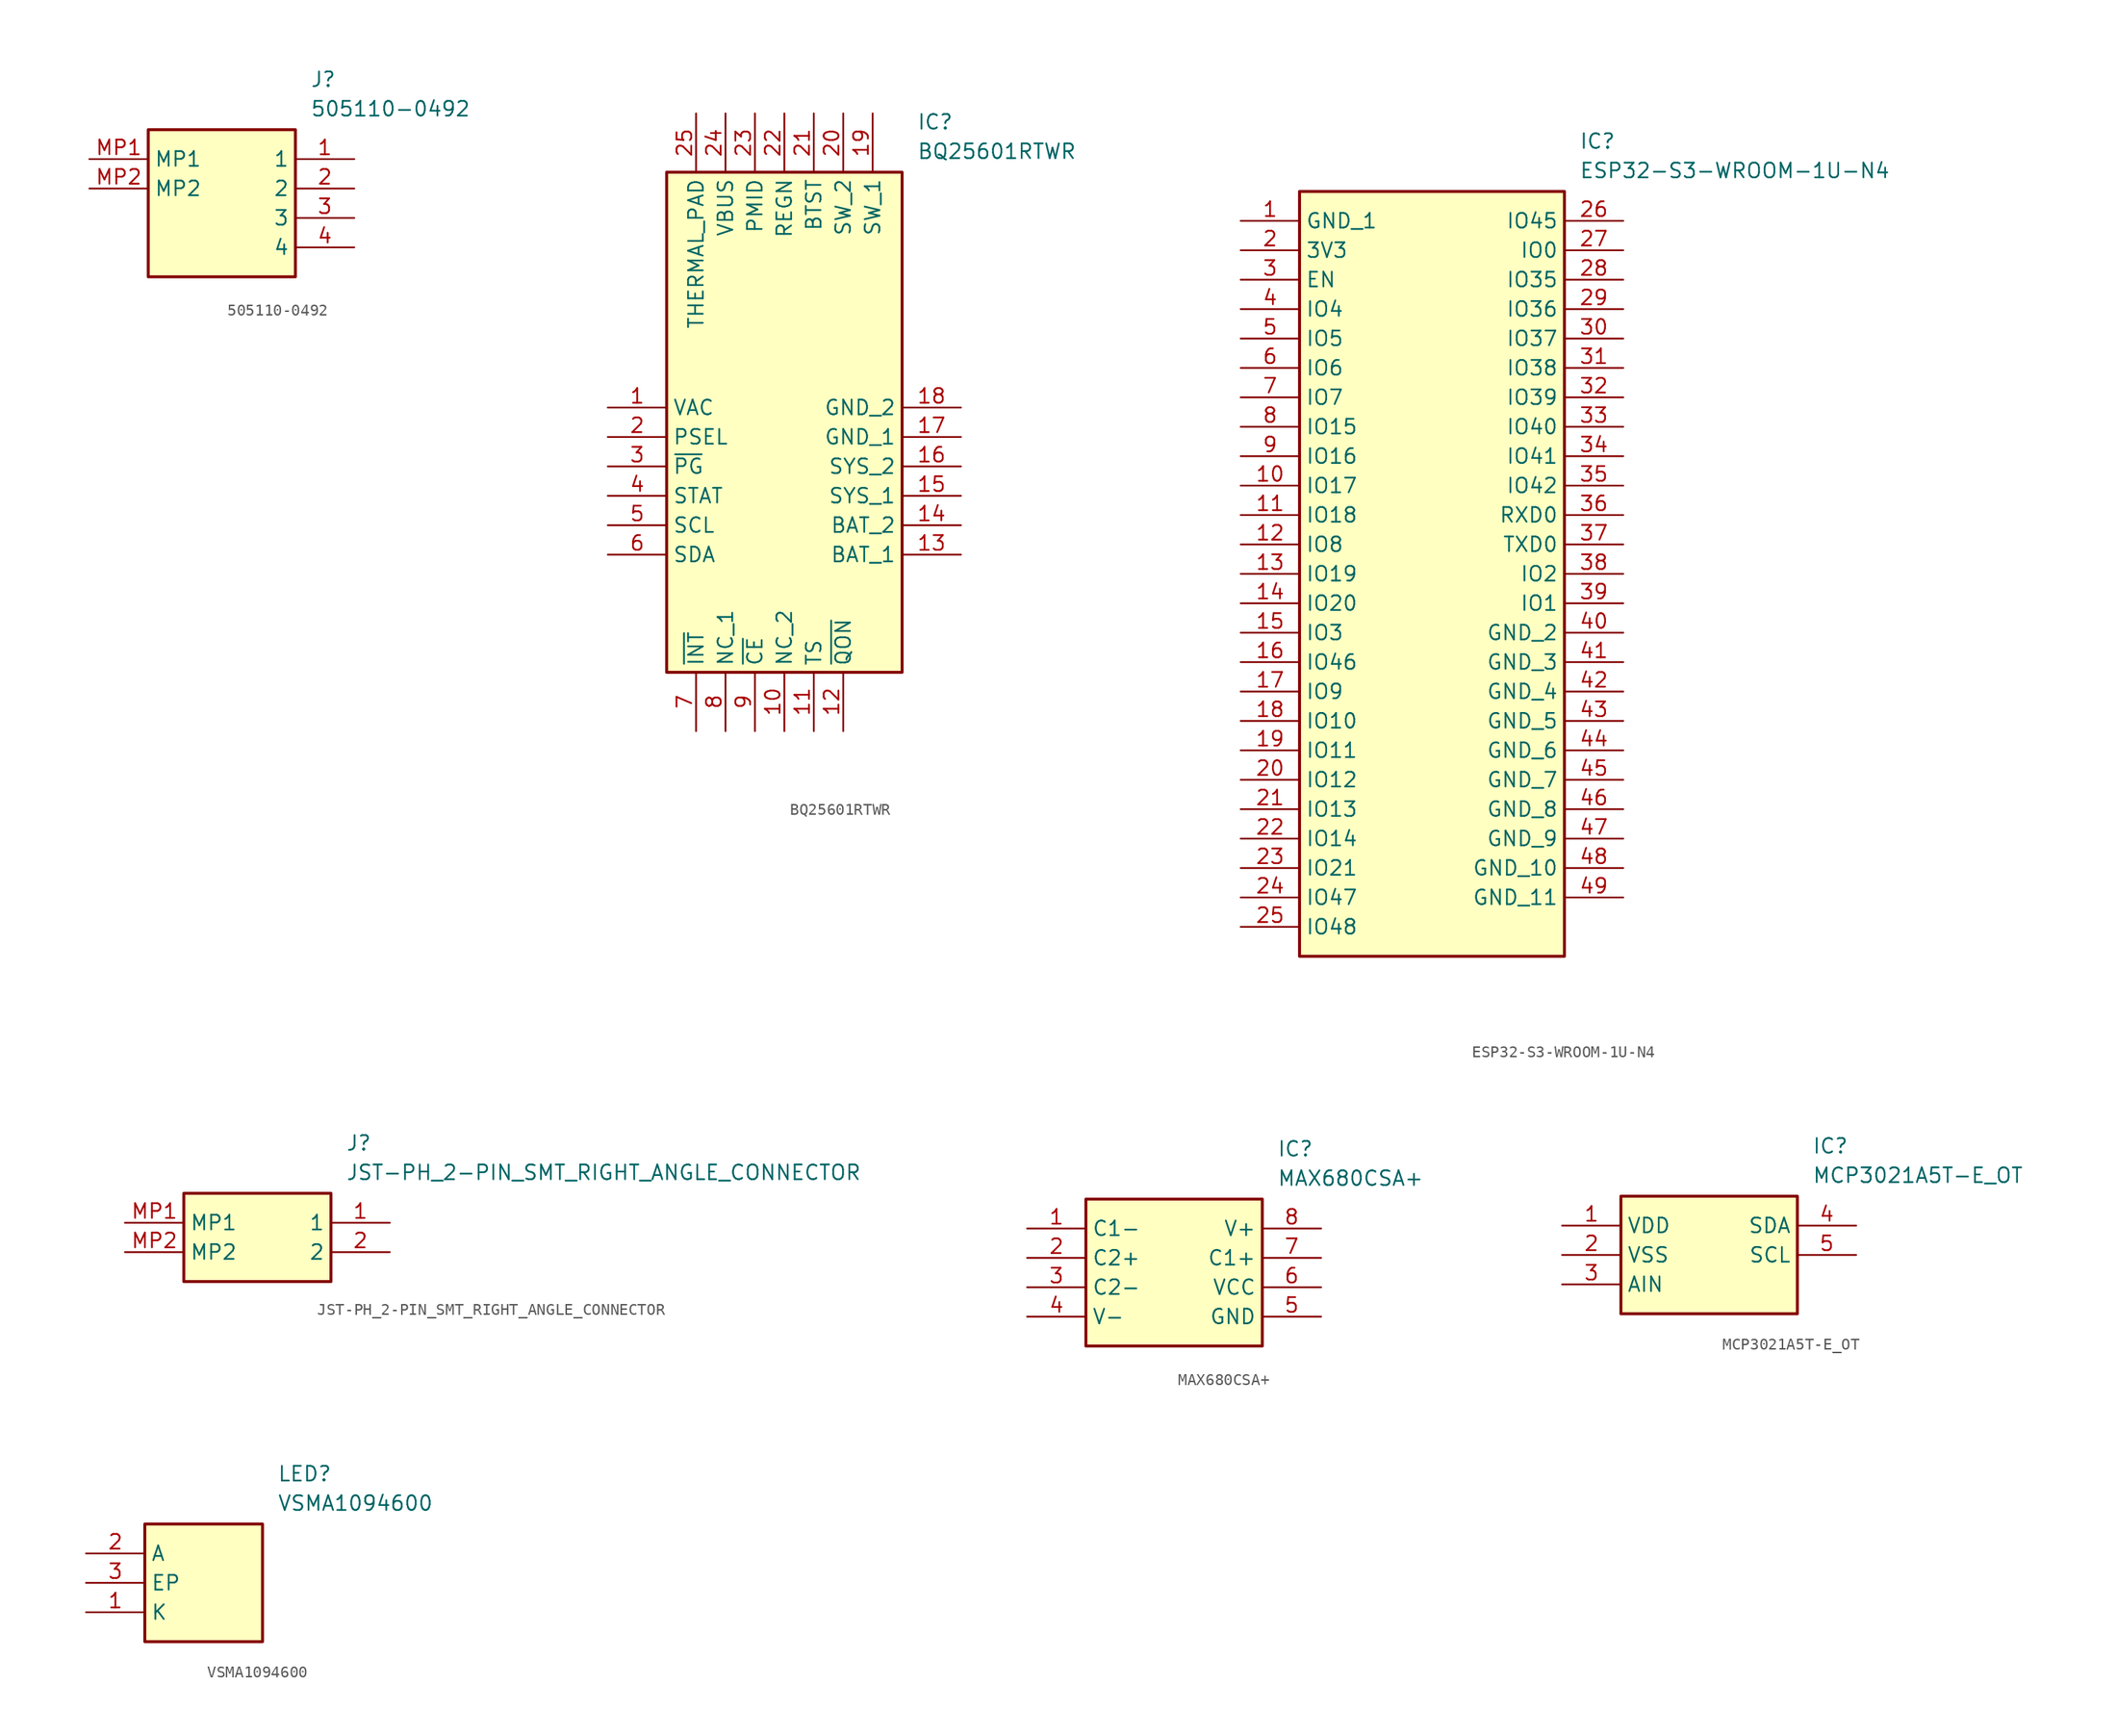
<source format=kicad_sym>
(kicad_symbol_lib
  (version 20220914)
  (generator SamacSys_ECAD_Model)
  (symbol "505110-0492"
    (property "Reference" "J"
      (at 19.05 7.62 0)
      (effects (font (size 1.27 1.27)) (justify left top)))
    (property "Value" "505110-0492"
      (at 19.05 5.08 0)
      (effects (font (size 1.27 1.27)) (justify left top)))
    (rectangle
      (start 5.08 2.54)
      (end 17.78 -10.16)
      (stroke (width 0.254) (type default))
      (fill (type background)))
    (pin passive line
      (at 22.86 0 180)
      (length 5.08)
      (name "1" (effects (font (size 1.27 1.27))))
      (number "1" (effects (font (size 1.27 1.27)))))
    (pin passive line
      (at 22.86 -2.54 180)
      (length 5.08)
      (name "2" (effects (font (size 1.27 1.27))))
      (number "2" (effects (font (size 1.27 1.27)))))
    (pin passive line
      (at 22.86 -5.08 180)
      (length 5.08)
      (name "3" (effects (font (size 1.27 1.27))))
      (number "3" (effects (font (size 1.27 1.27)))))
    (pin passive line
      (at 22.86 -7.62 180)
      (length 5.08)
      (name "4" (effects (font (size 1.27 1.27))))
      (number "4" (effects (font (size 1.27 1.27)))))
    (pin passive line
      (at 0 0 0)
      (length 5.08)
      (name "MP1" (effects (font (size 1.27 1.27))))
      (number "MP1" (effects (font (size 1.27 1.27)))))
    (pin passive line
      (at 0 -2.54 0)
      (length 5.08)
      (name "MP2" (effects (font (size 1.27 1.27))))
      (number "MP2" (effects (font (size 1.27 1.27))))))
  (symbol "BQ25601RTWR"
    (property "Reference" "IC"
      (at 26.67 25.4 0)
      (effects (font (size 1.27 1.27)) (justify left top)))
    (property "Value" "BQ25601RTWR"
      (at 26.67 22.86 0)
      (effects (font (size 1.27 1.27)) (justify left top)))
    (rectangle
      (start 5.08 20.32)
      (end 25.4 -22.86)
      (stroke (width 0.254) (type default))
      (fill (type background)))
    (pin passive line
      (at 0 0 0)
      (length 5.08)
      (name "VAC" (effects (font (size 1.27 1.27))))
      (number "1" (effects (font (size 1.27 1.27)))))
    (pin passive line
      (at 0 -2.54 0)
      (length 5.08)
      (name "PSEL" (effects (font (size 1.27 1.27))))
      (number "2" (effects (font (size 1.27 1.27)))))
    (pin passive line
      (at 0 -5.08 0)
      (length 5.08)
      (name "~{PG}" (effects (font (size 1.27 1.27))))
      (number "3" (effects (font (size 1.27 1.27)))))
    (pin passive line
      (at 0 -7.62 0)
      (length 5.08)
      (name "STAT" (effects (font (size 1.27 1.27))))
      (number "4" (effects (font (size 1.27 1.27)))))
    (pin passive line
      (at 0 -10.16 0)
      (length 5.08)
      (name "SCL" (effects (font (size 1.27 1.27))))
      (number "5" (effects (font (size 1.27 1.27)))))
    (pin passive line
      (at 0 -12.7 0)
      (length 5.08)
      (name "SDA" (effects (font (size 1.27 1.27))))
      (number "6" (effects (font (size 1.27 1.27)))))
    (pin passive line
      (at 7.62 -27.94 90)
      (length 5.08)
      (name "~{INT}" (effects (font (size 1.27 1.27))))
      (number "7" (effects (font (size 1.27 1.27)))))
    (pin passive line
      (at 10.16 -27.94 90)
      (length 5.08)
      (name "NC_1" (effects (font (size 1.27 1.27))))
      (number "8" (effects (font (size 1.27 1.27)))))
    (pin passive line
      (at 12.7 -27.94 90)
      (length 5.08)
      (name "~{CE}" (effects (font (size 1.27 1.27))))
      (number "9" (effects (font (size 1.27 1.27)))))
    (pin passive line
      (at 15.24 -27.94 90)
      (length 5.08)
      (name "NC_2" (effects (font (size 1.27 1.27))))
      (number "10" (effects (font (size 1.27 1.27)))))
    (pin passive line
      (at 17.78 -27.94 90)
      (length 5.08)
      (name "TS" (effects (font (size 1.27 1.27))))
      (number "11" (effects (font (size 1.27 1.27)))))
    (pin passive line
      (at 20.32 -27.94 90)
      (length 5.08)
      (name "~{QON}" (effects (font (size 1.27 1.27))))
      (number "12" (effects (font (size 1.27 1.27)))))
    (pin passive line
      (at 30.48 0 180)
      (length 5.08)
      (name "GND_2" (effects (font (size 1.27 1.27))))
      (number "18" (effects (font (size 1.27 1.27)))))
    (pin passive line
      (at 30.48 -2.54 180)
      (length 5.08)
      (name "GND_1" (effects (font (size 1.27 1.27))))
      (number "17" (effects (font (size 1.27 1.27)))))
    (pin passive line
      (at 30.48 -5.08 180)
      (length 5.08)
      (name "SYS_2" (effects (font (size 1.27 1.27))))
      (number "16" (effects (font (size 1.27 1.27)))))
    (pin passive line
      (at 30.48 -7.62 180)
      (length 5.08)
      (name "SYS_1" (effects (font (size 1.27 1.27))))
      (number "15" (effects (font (size 1.27 1.27)))))
    (pin passive line
      (at 30.48 -10.16 180)
      (length 5.08)
      (name "BAT_2" (effects (font (size 1.27 1.27))))
      (number "14" (effects (font (size 1.27 1.27)))))
    (pin passive line
      (at 30.48 -12.7 180)
      (length 5.08)
      (name "BAT_1" (effects (font (size 1.27 1.27))))
      (number "13" (effects (font (size 1.27 1.27)))))
    (pin passive line
      (at 7.62 25.4 270)
      (length 5.08)
      (name "THERMAL_PAD" (effects (font (size 1.27 1.27))))
      (number "25" (effects (font (size 1.27 1.27)))))
    (pin passive line
      (at 10.16 25.4 270)
      (length 5.08)
      (name "VBUS" (effects (font (size 1.27 1.27))))
      (number "24" (effects (font (size 1.27 1.27)))))
    (pin passive line
      (at 12.7 25.4 270)
      (length 5.08)
      (name "PMID" (effects (font (size 1.27 1.27))))
      (number "23" (effects (font (size 1.27 1.27)))))
    (pin passive line
      (at 15.24 25.4 270)
      (length 5.08)
      (name "REGN" (effects (font (size 1.27 1.27))))
      (number "22" (effects (font (size 1.27 1.27)))))
    (pin passive line
      (at 17.78 25.4 270)
      (length 5.08)
      (name "BTST" (effects (font (size 1.27 1.27))))
      (number "21" (effects (font (size 1.27 1.27)))))
    (pin passive line
      (at 20.32 25.4 270)
      (length 5.08)
      (name "SW_2" (effects (font (size 1.27 1.27))))
      (number "20" (effects (font (size 1.27 1.27)))))
    (pin passive line
      (at 22.86 25.4 270)
      (length 5.08)
      (name "SW_1" (effects (font (size 1.27 1.27))))
      (number "19" (effects (font (size 1.27 1.27))))))
  (symbol "ESP32-S3-WROOM-1U-N4"
    (property "Reference" "IC"
      (at 29.21 7.62 0)
      (effects (font (size 1.27 1.27)) (justify left top)))
    (property "Value" "ESP32-S3-WROOM-1U-N4"
      (at 29.21 5.08 0)
      (effects (font (size 1.27 1.27)) (justify left top)))
    (rectangle
      (start 5.08 2.54)
      (end 27.94 -63.5)
      (stroke (width 0.254) (type default))
      (fill (type background)))
    (pin passive line
      (at 0 0 0)
      (length 5.08)
      (name "GND_1" (effects (font (size 1.27 1.27))))
      (number "1" (effects (font (size 1.27 1.27)))))
    (pin passive line
      (at 0 -2.54 0)
      (length 5.08)
      (name "3V3" (effects (font (size 1.27 1.27))))
      (number "2" (effects (font (size 1.27 1.27)))))
    (pin passive line
      (at 0 -5.08 0)
      (length 5.08)
      (name "EN" (effects (font (size 1.27 1.27))))
      (number "3" (effects (font (size 1.27 1.27)))))
    (pin passive line
      (at 0 -7.62 0)
      (length 5.08)
      (name "IO4" (effects (font (size 1.27 1.27))))
      (number "4" (effects (font (size 1.27 1.27)))))
    (pin passive line
      (at 0 -10.16 0)
      (length 5.08)
      (name "IO5" (effects (font (size 1.27 1.27))))
      (number "5" (effects (font (size 1.27 1.27)))))
    (pin passive line
      (at 0 -12.7 0)
      (length 5.08)
      (name "IO6" (effects (font (size 1.27 1.27))))
      (number "6" (effects (font (size 1.27 1.27)))))
    (pin passive line
      (at 0 -15.24 0)
      (length 5.08)
      (name "IO7" (effects (font (size 1.27 1.27))))
      (number "7" (effects (font (size 1.27 1.27)))))
    (pin passive line
      (at 0 -17.78 0)
      (length 5.08)
      (name "IO15" (effects (font (size 1.27 1.27))))
      (number "8" (effects (font (size 1.27 1.27)))))
    (pin passive line
      (at 0 -20.32 0)
      (length 5.08)
      (name "IO16" (effects (font (size 1.27 1.27))))
      (number "9" (effects (font (size 1.27 1.27)))))
    (pin passive line
      (at 0 -22.86 0)
      (length 5.08)
      (name "IO17" (effects (font (size 1.27 1.27))))
      (number "10" (effects (font (size 1.27 1.27)))))
    (pin passive line
      (at 0 -25.4 0)
      (length 5.08)
      (name "IO18" (effects (font (size 1.27 1.27))))
      (number "11" (effects (font (size 1.27 1.27)))))
    (pin passive line
      (at 0 -27.94 0)
      (length 5.08)
      (name "IO8" (effects (font (size 1.27 1.27))))
      (number "12" (effects (font (size 1.27 1.27)))))
    (pin passive line
      (at 0 -30.48 0)
      (length 5.08)
      (name "IO19" (effects (font (size 1.27 1.27))))
      (number "13" (effects (font (size 1.27 1.27)))))
    (pin passive line
      (at 0 -33.02 0)
      (length 5.08)
      (name "IO20" (effects (font (size 1.27 1.27))))
      (number "14" (effects (font (size 1.27 1.27)))))
    (pin passive line
      (at 0 -35.56 0)
      (length 5.08)
      (name "IO3" (effects (font (size 1.27 1.27))))
      (number "15" (effects (font (size 1.27 1.27)))))
    (pin passive line
      (at 0 -38.1 0)
      (length 5.08)
      (name "IO46" (effects (font (size 1.27 1.27))))
      (number "16" (effects (font (size 1.27 1.27)))))
    (pin passive line
      (at 0 -40.64 0)
      (length 5.08)
      (name "IO9" (effects (font (size 1.27 1.27))))
      (number "17" (effects (font (size 1.27 1.27)))))
    (pin passive line
      (at 0 -43.18 0)
      (length 5.08)
      (name "IO10" (effects (font (size 1.27 1.27))))
      (number "18" (effects (font (size 1.27 1.27)))))
    (pin passive line
      (at 0 -45.72 0)
      (length 5.08)
      (name "IO11" (effects (font (size 1.27 1.27))))
      (number "19" (effects (font (size 1.27 1.27)))))
    (pin passive line
      (at 0 -48.26 0)
      (length 5.08)
      (name "IO12" (effects (font (size 1.27 1.27))))
      (number "20" (effects (font (size 1.27 1.27)))))
    (pin passive line
      (at 0 -50.8 0)
      (length 5.08)
      (name "IO13" (effects (font (size 1.27 1.27))))
      (number "21" (effects (font (size 1.27 1.27)))))
    (pin passive line
      (at 0 -53.34 0)
      (length 5.08)
      (name "IO14" (effects (font (size 1.27 1.27))))
      (number "22" (effects (font (size 1.27 1.27)))))
    (pin passive line
      (at 0 -55.88 0)
      (length 5.08)
      (name "IO21" (effects (font (size 1.27 1.27))))
      (number "23" (effects (font (size 1.27 1.27)))))
    (pin passive line
      (at 0 -58.42 0)
      (length 5.08)
      (name "IO47" (effects (font (size 1.27 1.27))))
      (number "24" (effects (font (size 1.27 1.27)))))
    (pin passive line
      (at 0 -60.96 0)
      (length 5.08)
      (name "IO48" (effects (font (size 1.27 1.27))))
      (number "25" (effects (font (size 1.27 1.27)))))
    (pin passive line
      (at 33.02 0 180)
      (length 5.08)
      (name "IO45" (effects (font (size 1.27 1.27))))
      (number "26" (effects (font (size 1.27 1.27)))))
    (pin passive line
      (at 33.02 -2.54 180)
      (length 5.08)
      (name "IO0" (effects (font (size 1.27 1.27))))
      (number "27" (effects (font (size 1.27 1.27)))))
    (pin passive line
      (at 33.02 -5.08 180)
      (length 5.08)
      (name "IO35" (effects (font (size 1.27 1.27))))
      (number "28" (effects (font (size 1.27 1.27)))))
    (pin passive line
      (at 33.02 -7.62 180)
      (length 5.08)
      (name "IO36" (effects (font (size 1.27 1.27))))
      (number "29" (effects (font (size 1.27 1.27)))))
    (pin passive line
      (at 33.02 -10.16 180)
      (length 5.08)
      (name "IO37" (effects (font (size 1.27 1.27))))
      (number "30" (effects (font (size 1.27 1.27)))))
    (pin passive line
      (at 33.02 -12.7 180)
      (length 5.08)
      (name "IO38" (effects (font (size 1.27 1.27))))
      (number "31" (effects (font (size 1.27 1.27)))))
    (pin passive line
      (at 33.02 -15.24 180)
      (length 5.08)
      (name "IO39" (effects (font (size 1.27 1.27))))
      (number "32" (effects (font (size 1.27 1.27)))))
    (pin passive line
      (at 33.02 -17.78 180)
      (length 5.08)
      (name "IO40" (effects (font (size 1.27 1.27))))
      (number "33" (effects (font (size 1.27 1.27)))))
    (pin passive line
      (at 33.02 -20.32 180)
      (length 5.08)
      (name "IO41" (effects (font (size 1.27 1.27))))
      (number "34" (effects (font (size 1.27 1.27)))))
    (pin passive line
      (at 33.02 -22.86 180)
      (length 5.08)
      (name "IO42" (effects (font (size 1.27 1.27))))
      (number "35" (effects (font (size 1.27 1.27)))))
    (pin passive line
      (at 33.02 -25.4 180)
      (length 5.08)
      (name "RXD0" (effects (font (size 1.27 1.27))))
      (number "36" (effects (font (size 1.27 1.27)))))
    (pin passive line
      (at 33.02 -27.94 180)
      (length 5.08)
      (name "TXD0" (effects (font (size 1.27 1.27))))
      (number "37" (effects (font (size 1.27 1.27)))))
    (pin passive line
      (at 33.02 -30.48 180)
      (length 5.08)
      (name "IO2" (effects (font (size 1.27 1.27))))
      (number "38" (effects (font (size 1.27 1.27)))))
    (pin passive line
      (at 33.02 -33.02 180)
      (length 5.08)
      (name "IO1" (effects (font (size 1.27 1.27))))
      (number "39" (effects (font (size 1.27 1.27)))))
    (pin passive line
      (at 33.02 -35.56 180)
      (length 5.08)
      (name "GND_2" (effects (font (size 1.27 1.27))))
      (number "40" (effects (font (size 1.27 1.27)))))
    (pin passive line
      (at 33.02 -38.1 180)
      (length 5.08)
      (name "GND_3" (effects (font (size 1.27 1.27))))
      (number "41" (effects (font (size 1.27 1.27)))))
    (pin passive line
      (at 33.02 -40.64 180)
      (length 5.08)
      (name "GND_4" (effects (font (size 1.27 1.27))))
      (number "42" (effects (font (size 1.27 1.27)))))
    (pin passive line
      (at 33.02 -43.18 180)
      (length 5.08)
      (name "GND_5" (effects (font (size 1.27 1.27))))
      (number "43" (effects (font (size 1.27 1.27)))))
    (pin passive line
      (at 33.02 -45.72 180)
      (length 5.08)
      (name "GND_6" (effects (font (size 1.27 1.27))))
      (number "44" (effects (font (size 1.27 1.27)))))
    (pin passive line
      (at 33.02 -48.26 180)
      (length 5.08)
      (name "GND_7" (effects (font (size 1.27 1.27))))
      (number "45" (effects (font (size 1.27 1.27)))))
    (pin passive line
      (at 33.02 -50.8 180)
      (length 5.08)
      (name "GND_8" (effects (font (size 1.27 1.27))))
      (number "46" (effects (font (size 1.27 1.27)))))
    (pin passive line
      (at 33.02 -53.34 180)
      (length 5.08)
      (name "GND_9" (effects (font (size 1.27 1.27))))
      (number "47" (effects (font (size 1.27 1.27)))))
    (pin passive line
      (at 33.02 -55.88 180)
      (length 5.08)
      (name "GND_10" (effects (font (size 1.27 1.27))))
      (number "48" (effects (font (size 1.27 1.27)))))
    (pin passive line
      (at 33.02 -58.42 180)
      (length 5.08)
      (name "GND_11" (effects (font (size 1.27 1.27))))
      (number "49" (effects (font (size 1.27 1.27))))))
  (symbol "JST-PH_2-PIN_SMT_RIGHT_ANGLE_CONNECTOR"
    (property "Reference" "J"
      (at 19.05 7.62 0)
      (effects (font (size 1.27 1.27)) (justify left top)))
    (property "Value" "JST-PH_2-PIN_SMT_RIGHT_ANGLE_CONNECTOR"
      (at 19.05 5.08 0)
      (effects (font (size 1.27 1.27)) (justify left top)))
    (rectangle
      (start 5.08 2.54)
      (end 17.78 -5.08)
      (stroke (width 0.254) (type default))
      (fill (type background)))
    (pin passive line
      (at 22.86 0 180)
      (length 5.08)
      (name "1" (effects (font (size 1.27 1.27))))
      (number "1" (effects (font (size 1.27 1.27)))))
    (pin passive line
      (at 22.86 -2.54 180)
      (length 5.08)
      (name "2" (effects (font (size 1.27 1.27))))
      (number "2" (effects (font (size 1.27 1.27)))))
    (pin passive line
      (at 0 0 0)
      (length 5.08)
      (name "MP1" (effects (font (size 1.27 1.27))))
      (number "MP1" (effects (font (size 1.27 1.27)))))
    (pin passive line
      (at 0 -2.54 0)
      (length 5.08)
      (name "MP2" (effects (font (size 1.27 1.27))))
      (number "MP2" (effects (font (size 1.27 1.27))))))
  (symbol "MAX680CSA+"
    (property "Reference" "IC"
      (at 21.59 7.62 0)
      (effects (font (size 1.27 1.27)) (justify left top)))
    (property "Value" "MAX680CSA+"
      (at 21.59 5.08 0)
      (effects (font (size 1.27 1.27)) (justify left top)))
    (rectangle
      (start 5.08 2.54)
      (end 20.32 -10.16)
      (stroke (width 0.254) (type default))
      (fill (type background)))
    (pin passive line
      (at 0 0 0)
      (length 5.08)
      (name "C1-" (effects (font (size 1.27 1.27))))
      (number "1" (effects (font (size 1.27 1.27)))))
    (pin passive line
      (at 0 -2.54 0)
      (length 5.08)
      (name "C2+" (effects (font (size 1.27 1.27))))
      (number "2" (effects (font (size 1.27 1.27)))))
    (pin passive line
      (at 0 -5.08 0)
      (length 5.08)
      (name "C2-" (effects (font (size 1.27 1.27))))
      (number "3" (effects (font (size 1.27 1.27)))))
    (pin passive line
      (at 0 -7.62 0)
      (length 5.08)
      (name "V-" (effects (font (size 1.27 1.27))))
      (number "4" (effects (font (size 1.27 1.27)))))
    (pin passive line
      (at 25.4 0 180)
      (length 5.08)
      (name "V+" (effects (font (size 1.27 1.27))))
      (number "8" (effects (font (size 1.27 1.27)))))
    (pin passive line
      (at 25.4 -2.54 180)
      (length 5.08)
      (name "C1+" (effects (font (size 1.27 1.27))))
      (number "7" (effects (font (size 1.27 1.27)))))
    (pin passive line
      (at 25.4 -5.08 180)
      (length 5.08)
      (name "VCC" (effects (font (size 1.27 1.27))))
      (number "6" (effects (font (size 1.27 1.27)))))
    (pin passive line
      (at 25.4 -7.62 180)
      (length 5.08)
      (name "GND" (effects (font (size 1.27 1.27))))
      (number "5" (effects (font (size 1.27 1.27))))))
  (symbol "MCP3021A5T-E_OT"
    (property "Reference" "IC"
      (at 21.59 7.62 0)
      (effects (font (size 1.27 1.27)) (justify left top)))
    (property "Value" "MCP3021A5T-E_OT"
      (at 21.59 5.08 0)
      (effects (font (size 1.27 1.27)) (justify left top)))
    (rectangle
      (start 5.08 2.54)
      (end 20.32 -7.62)
      (stroke (width 0.254) (type default))
      (fill (type background)))
    (pin passive line
      (at 0 0 0)
      (length 5.08)
      (name "VDD" (effects (font (size 1.27 1.27))))
      (number "1" (effects (font (size 1.27 1.27)))))
    (pin passive line
      (at 0 -2.54 0)
      (length 5.08)
      (name "VSS" (effects (font (size 1.27 1.27))))
      (number "2" (effects (font (size 1.27 1.27)))))
    (pin passive line
      (at 0 -5.08 0)
      (length 5.08)
      (name "AIN" (effects (font (size 1.27 1.27))))
      (number "3" (effects (font (size 1.27 1.27)))))
    (pin passive line
      (at 25.4 0 180)
      (length 5.08)
      (name "SDA" (effects (font (size 1.27 1.27))))
      (number "4" (effects (font (size 1.27 1.27)))))
    (pin passive line
      (at 25.4 -2.54 180)
      (length 5.08)
      (name "SCL" (effects (font (size 1.27 1.27))))
      (number "5" (effects (font (size 1.27 1.27))))))
  (symbol "VSMA1094600"
    (property "Reference" "LED"
      (at 16.51 7.62 0)
      (effects (font (size 1.27 1.27)) (justify left top)))
    (property "Value" "VSMA1094600"
      (at 16.51 5.08 0)
      (effects (font (size 1.27 1.27)) (justify left top)))
    (rectangle
      (start 5.08 2.54)
      (end 15.24 -7.62)
      (stroke (width 0.254) (type default))
      (fill (type background)))
    (pin passive line
      (at 0 -5.08 0)
      (length 5.08)
      (name "K" (effects (font (size 1.27 1.27))))
      (number "1" (effects (font (size 1.27 1.27)))))
    (pin passive line
      (at 0 0 0)
      (length 5.08)
      (name "A" (effects (font (size 1.27 1.27))))
      (number "2" (effects (font (size 1.27 1.27)))))
    (pin passive line
      (at 0 -2.54 0)
      (length 5.08)
      (name "EP" (effects (font (size 1.27 1.27))))
      (number "3" (effects (font (size 1.27 1.27)))))))
</source>
